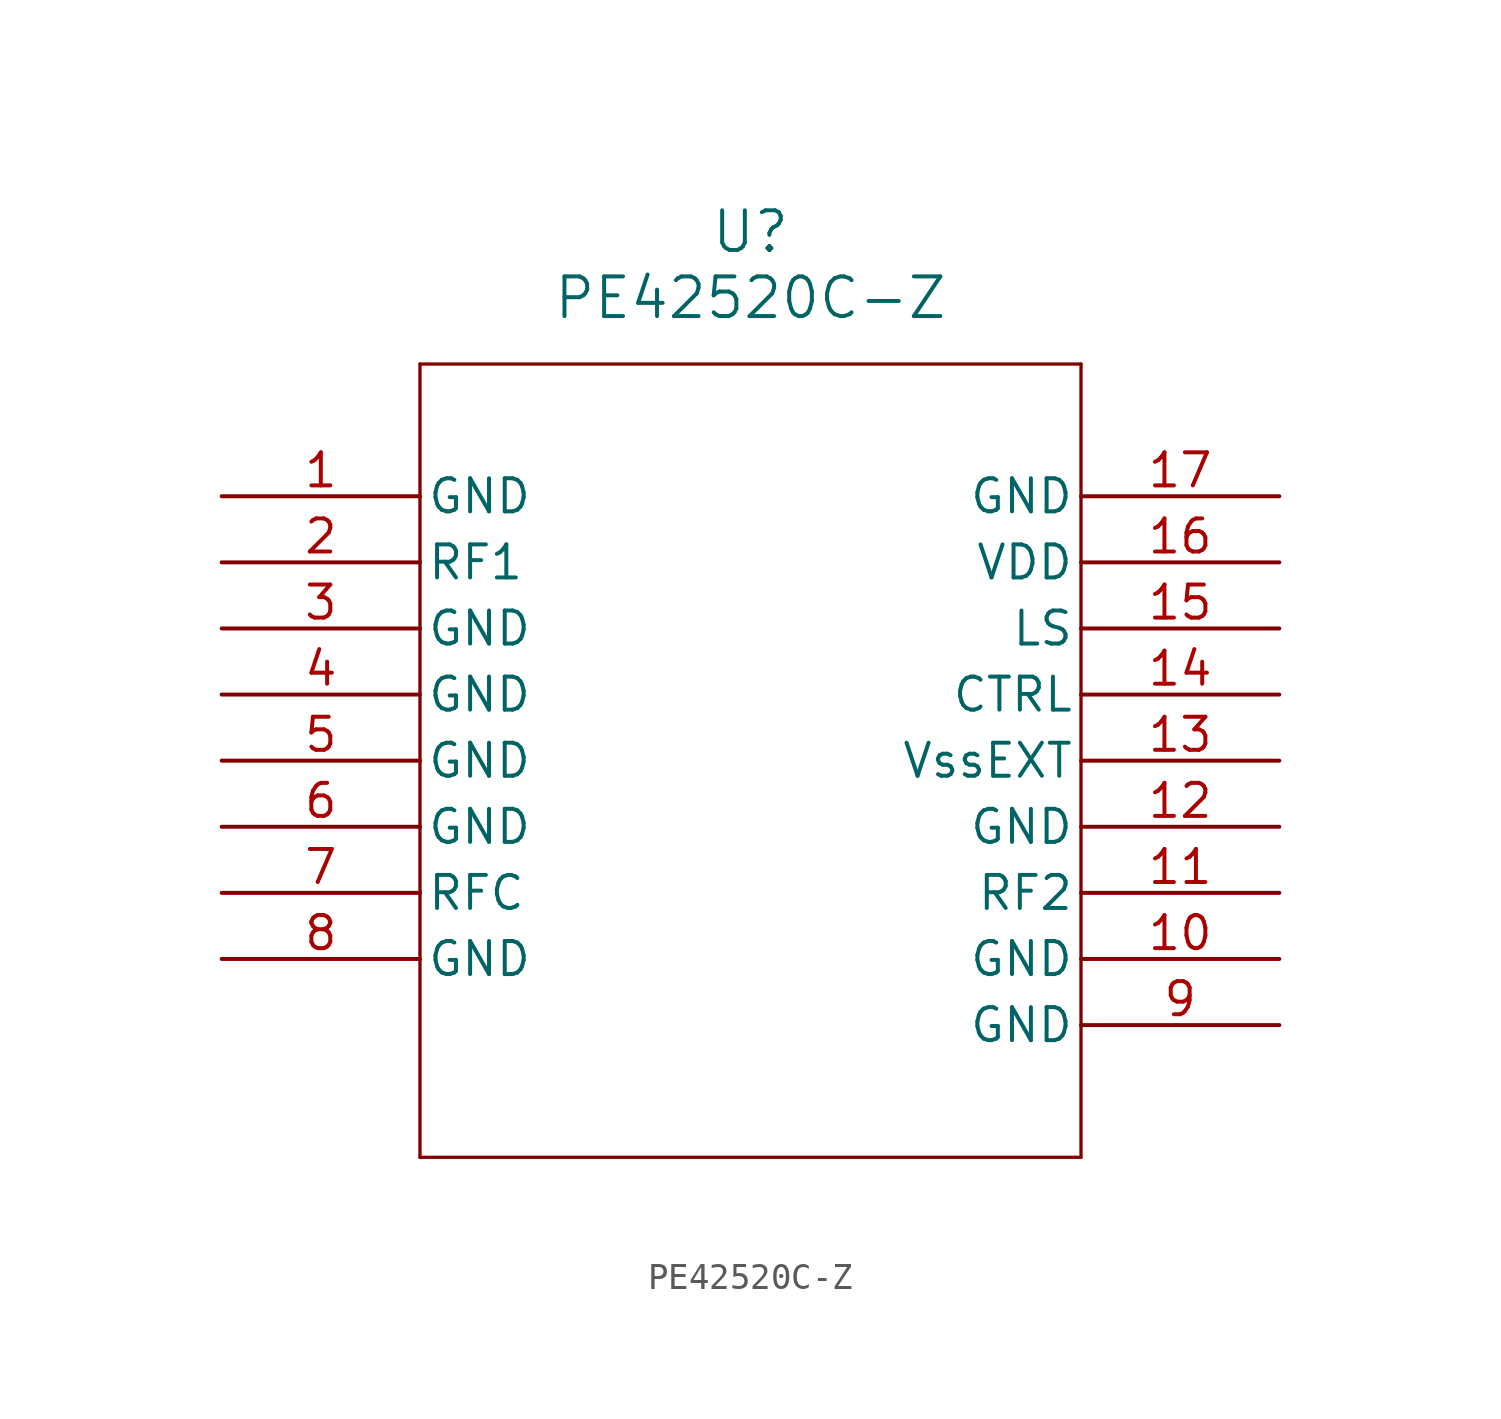
<source format=kicad_sym>
(kicad_symbol_lib
  (version 20211014)
  (generator kicad_symbol_editor)
  (symbol "PE42520C-Z"
    (pin_names
      (offset 0.254))
    (property "Reference" "U"
      (at 20.32 10.16 0)
      (effects (font (size 1.524 1.524))))
    (property "Value" "PE42520C-Z"
      (at 20.32 7.62 0)
      (effects (font (size 1.524 1.524))))
    (symbol "PE42520C-Z_0_1"
      (polyline (pts (xy 7.62 5.08) (xy 7.62 -25.4)) (stroke (width 0.127) (type default) (color 0 0 0 0)) (fill (type none)))
      (polyline (pts (xy 7.62 -25.4) (xy 33.02 -25.4)) (stroke (width 0.127) (type default) (color 0 0 0 0)) (fill (type none)))
      (polyline (pts (xy 33.02 -25.4) (xy 33.02 5.08)) (stroke (width 0.127) (type default) (color 0 0 0 0)) (fill (type none)))
      (polyline (pts (xy 33.02 5.08) (xy 7.62 5.08)) (stroke (width 0.127) (type default) (color 0 0 0 0)) (fill (type none)))
      (pin power_out line (at 0 0 0) (length 7.62) (name "GND" (effects (font (size 1.27 1.27)))) (number "1" (effects (font (size 1.27 1.27)))))
      (pin bidirectional line (at 0 -2.54 0) (length 7.62) (name "RF1" (effects (font (size 1.27 1.27)))) (number "2" (effects (font (size 1.27 1.27)))))
      (pin power_out line (at 0 -5.08 0) (length 7.62) (name "GND" (effects (font (size 1.27 1.27)))) (number "3" (effects (font (size 1.27 1.27)))))
      (pin power_out line (at 0 -7.62 0) (length 7.62) (name "GND" (effects (font (size 1.27 1.27)))) (number "4" (effects (font (size 1.27 1.27)))))
      (pin power_out line (at 0 -10.16 0) (length 7.62) (name "GND" (effects (font (size 1.27 1.27)))) (number "5" (effects (font (size 1.27 1.27)))))
      (pin power_out line (at 0 -12.7 0) (length 7.62) (name "GND" (effects (font (size 1.27 1.27)))) (number "6" (effects (font (size 1.27 1.27)))))
      (pin unspecified line (at 0 -15.24 0) (length 7.62) (name "RFC" (effects (font (size 1.27 1.27)))) (number "7" (effects (font (size 1.27 1.27)))))
      (pin power_out line (at 0 -17.78 0) (length 7.62) (name "GND" (effects (font (size 1.27 1.27)))) (number "8" (effects (font (size 1.27 1.27)))))
      (pin power_out line (at 40.64 -20.32 180) (length 7.62) (name "GND" (effects (font (size 1.27 1.27)))) (number "9" (effects (font (size 1.27 1.27)))))
      (pin power_out line (at 40.64 -17.78 180) (length 7.62) (name "GND" (effects (font (size 1.27 1.27)))) (number "10" (effects (font (size 1.27 1.27)))))
      (pin bidirectional line (at 40.64 -15.24 180) (length 7.62) (name "RF2" (effects (font (size 1.27 1.27)))) (number "11" (effects (font (size 1.27 1.27)))))
      (pin power_out line (at 40.64 -12.7 180) (length 7.62) (name "GND" (effects (font (size 1.27 1.27)))) (number "12" (effects (font (size 1.27 1.27)))))
      (pin power_out line (at 40.64 -10.16 180) (length 7.62) (name "VssEXT" (effects (font (size 1.27 1.27)))) (number "13" (effects (font (size 1.27 1.27)))))
      (pin unspecified line (at 40.64 -7.62 180) (length 7.62) (name "CTRL" (effects (font (size 1.27 1.27)))) (number "14" (effects (font (size 1.27 1.27)))))
      (pin unspecified line (at 40.64 -5.08 180) (length 7.62) (name "LS" (effects (font (size 1.27 1.27)))) (number "15" (effects (font (size 1.27 1.27)))))
      (pin power_in line (at 40.64 -2.54 180) (length 7.62) (name "VDD" (effects (font (size 1.27 1.27)))) (number "16" (effects (font (size 1.27 1.27)))))
      (pin power_out line (at 40.64 0 180) (length 7.62) (name "GND" (effects (font (size 1.27 1.27)))) (number "17" (effects (font (size 1.27 1.27))))))))
</source>
